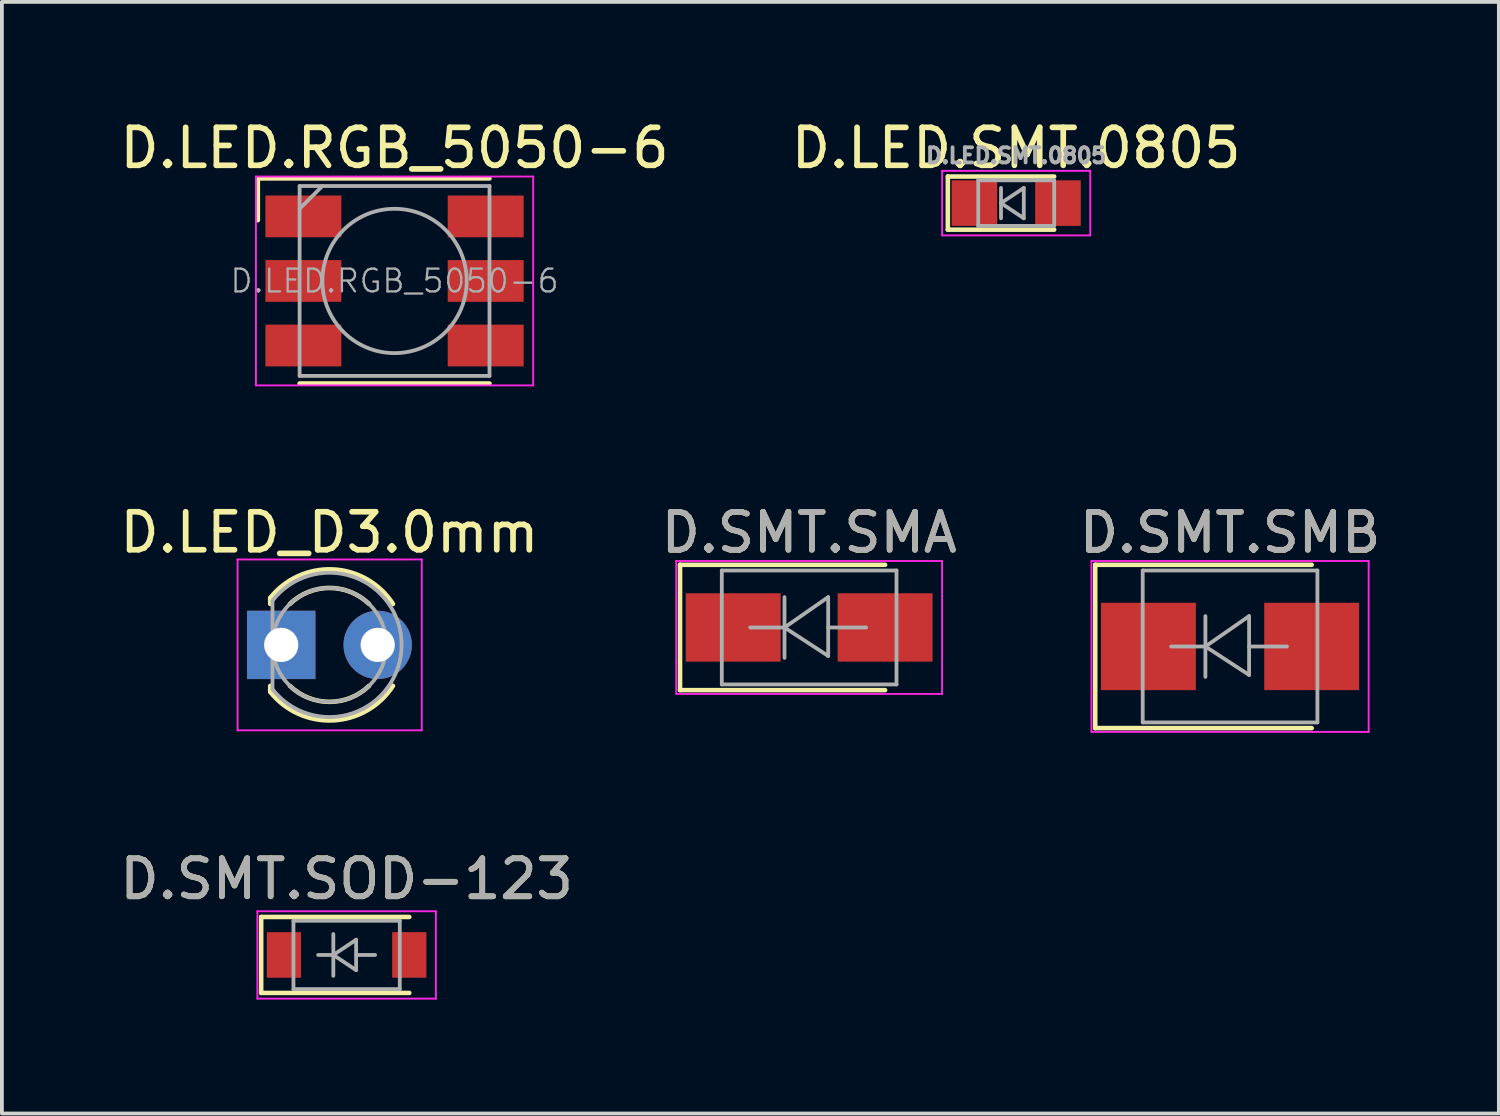
<source format=kicad_pcb>
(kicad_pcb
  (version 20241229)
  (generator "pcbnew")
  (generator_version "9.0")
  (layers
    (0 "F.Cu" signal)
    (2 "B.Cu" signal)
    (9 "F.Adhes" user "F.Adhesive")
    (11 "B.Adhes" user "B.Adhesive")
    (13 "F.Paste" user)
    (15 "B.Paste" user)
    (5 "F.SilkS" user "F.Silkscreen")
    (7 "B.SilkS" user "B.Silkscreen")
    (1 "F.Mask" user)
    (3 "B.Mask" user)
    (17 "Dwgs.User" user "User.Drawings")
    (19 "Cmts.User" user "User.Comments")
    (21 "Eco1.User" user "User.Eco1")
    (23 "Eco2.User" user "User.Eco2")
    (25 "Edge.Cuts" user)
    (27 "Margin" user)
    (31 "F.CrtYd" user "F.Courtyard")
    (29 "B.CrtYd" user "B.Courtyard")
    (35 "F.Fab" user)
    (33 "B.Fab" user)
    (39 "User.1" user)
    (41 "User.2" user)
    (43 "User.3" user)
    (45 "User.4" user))
  (footprint "D.LED.RGB_5050-6"
    (layer "F.Cu")
    (at 7.339 4.348)
    (property "Reference" "D.LED.RGB_5050-6" (at 0 -3.5 180) (layer "F.SilkS") (effects (font (size 1 1) (thickness 0.15))))
    (attr smd)
    (fp_line (start -3.6 -2.7) (end 2.5 -2.7) (stroke (width 0.12) (type solid)) (layer "F.SilkS"))
    (fp_line (start -3.6 -1.6) (end -3.6 -2.7) (stroke (width 0.12) (type solid)) (layer "F.SilkS"))
    (fp_line (start 2.5 2.7) (end -2.5 2.7) (stroke (width 0.12) (type solid)) (layer "F.SilkS"))
    (fp_line (start -3.65 -2.75) (end -3.65 2.75) (stroke (width 0.05) (type solid)) (layer "F.CrtYd"))
    (fp_line (start -3.65 2.75) (end 3.65 2.75) (stroke (width 0.05) (type solid)) (layer "F.CrtYd"))
    (fp_line (start 3.65 -2.75) (end -3.65 -2.75) (stroke (width 0.05) (type solid)) (layer "F.CrtYd"))
    (fp_line (start 3.65 2.75) (end 3.65 -2.75) (stroke (width 0.05) (type solid)) (layer "F.CrtYd"))
    (fp_line (start -2.5 -2.5) (end -2.5 2.5) (stroke (width 0.1) (type solid)) (layer "F.Fab"))
    (fp_line (start -2.5 -1.9) (end -1.9 -2.5) (stroke (width 0.1) (type solid)) (layer "F.Fab"))
    (fp_line (start -2.5 2.5) (end 2.5 2.5) (stroke (width 0.1) (type solid)) (layer "F.Fab"))
    (fp_line (start 2.5 -2.5) (end -2.5 -2.5) (stroke (width 0.1) (type solid)) (layer "F.Fab"))
    (fp_line (start 2.5 2.5) (end 2.5 -2.5) (stroke (width 0.1) (type solid)) (layer "F.Fab"))
    (fp_circle (center 0 0) (end 0 -1.9) (stroke (width 0.1) (type solid)) (fill no) (layer "F.Fab"))
    (fp_text user "${REFERENCE}" (at 0 0 0) (layer "F.Fab") (effects (font (size 0.6 0.6) (thickness 0.06))))
    (pad "1" smd rect (at -2.4 -1.7 90) (size 1.1 2) (layers "F.Cu" "F.Mask" "F.Paste"))
    (pad "2" smd rect (at -2.4 0 90) (size 1.1 2) (layers "F.Cu" "F.Mask" "F.Paste"))
    (pad "3" smd rect (at -2.4 1.7 90) (size 1.1 2) (layers "F.Cu" "F.Mask" "F.Paste"))
    (pad "4" smd rect (at 2.4 1.7 90) (size 1.1 2) (layers "F.Cu" "F.Mask" "F.Paste"))
    (pad "5" smd rect (at 2.4 0 90) (size 1.1 2) (layers "F.Cu" "F.Mask" "F.Paste"))
    (pad "6" smd rect (at 2.4 -1.7 90) (size 1.1 2) (layers "F.Cu" "F.Mask" "F.Paste")))
  (footprint "D.SMT.SOD-123"
    (layer "F.Cu")
    (at 6.077 22.095)
    (property "Reference" "D.SMT.SOD-123" (at 0 -2 0) (layer "F.SilkS") (effects (font (size 1 1) (thickness 0.15))))
    (attr smd)
    (fp_line (start -2.25 -1) (end -2.25 1) (stroke (width 0.12) (type solid)) (layer "F.SilkS"))
    (fp_line (start -2.25 -1) (end 1.65 -1) (stroke (width 0.12) (type solid)) (layer "F.SilkS"))
    (fp_line (start -2.25 1) (end 1.65 1) (stroke (width 0.12) (type solid)) (layer "F.SilkS"))
    (fp_line (start -2.35 -1.15) (end -2.35 1.15) (stroke (width 0.05) (type solid)) (layer "F.CrtYd"))
    (fp_line (start -2.35 -1.15) (end 2.35 -1.15) (stroke (width 0.05) (type solid)) (layer "F.CrtYd"))
    (fp_line (start 2.35 -1.15) (end 2.35 1.15) (stroke (width 0.05) (type solid)) (layer "F.CrtYd"))
    (fp_line (start 2.35 1.15) (end -2.35 1.15) (stroke (width 0.05) (type solid)) (layer "F.CrtYd"))
    (fp_line (start -1.4 -0.9) (end 1.4 -0.9) (stroke (width 0.1) (type solid)) (layer "F.Fab"))
    (fp_line (start -1.4 0.9) (end -1.4 -0.9) (stroke (width 0.1) (type solid)) (layer "F.Fab"))
    (fp_line (start -0.75 0) (end -0.35 0) (stroke (width 0.1) (type solid)) (layer "F.Fab"))
    (fp_line (start -0.35 0) (end -0.35 -0.55) (stroke (width 0.1) (type solid)) (layer "F.Fab"))
    (fp_line (start -0.35 0) (end -0.35 0.55) (stroke (width 0.1) (type solid)) (layer "F.Fab"))
    (fp_line (start -0.35 0) (end 0.25 -0.4) (stroke (width 0.1) (type solid)) (layer "F.Fab"))
    (fp_line (start 0.25 -0.4) (end 0.25 0.4) (stroke (width 0.1) (type solid)) (layer "F.Fab"))
    (fp_line (start 0.25 0) (end 0.75 0) (stroke (width 0.1) (type solid)) (layer "F.Fab"))
    (fp_line (start 0.25 0.4) (end -0.35 0) (stroke (width 0.1) (type solid)) (layer "F.Fab"))
    (fp_line (start 1.4 -0.9) (end 1.4 0.9) (stroke (width 0.1) (type solid)) (layer "F.Fab"))
    (fp_line (start 1.4 0.9) (end -1.4 0.9) (stroke (width 0.1) (type solid)) (layer "F.Fab"))
    (fp_text user "${REFERENCE}" (at 0 -2 0) (layer "F.Fab") (effects (font (size 1 1) (thickness 0.15))))
    (pad "1" smd rect (at -1.65 0) (size 0.9 1.2) (layers "F.Cu" "F.Mask" "F.Paste"))
    (pad "2" smd rect (at 1.65 0) (size 0.9 1.2) (layers "F.Cu" "F.Mask" "F.Paste")))
  (footprint "D.LED.SMT.0805"
    (layer "F.Cu")
    (at 23.708 2.298)
    (property "Reference" "D.LED.SMT.0805" (at 0 -1.45 0) (layer "F.SilkS") (effects (font (size 1 1) (thickness 0.15))))
    (attr smd)
    (fp_line (start -1.8 -0.7) (end -1.8 0.7) (stroke (width 0.12) (type solid)) (layer "F.SilkS"))
    (fp_line (start -1.8 -0.7) (end 1 -0.7) (stroke (width 0.12) (type solid)) (layer "F.SilkS"))
    (fp_line (start -1.8 0.7) (end 1 0.7) (stroke (width 0.12) (type solid)) (layer "F.SilkS"))
    (fp_line (start -1.95 -0.85) (end 1.95 -0.85) (stroke (width 0.05) (type solid)) (layer "F.CrtYd"))
    (fp_line (start -1.95 0.85) (end -1.95 -0.85) (stroke (width 0.05) (type solid)) (layer "F.CrtYd"))
    (fp_line (start 1.95 -0.85) (end 1.95 0.85) (stroke (width 0.05) (type solid)) (layer "F.CrtYd"))
    (fp_line (start 1.95 0.85) (end -1.95 0.85) (stroke (width 0.05) (type solid)) (layer "F.CrtYd"))
    (fp_line (start -1 -0.6) (end 1 -0.6) (stroke (width 0.1) (type solid)) (layer "F.Fab"))
    (fp_line (start -1 0.6) (end -1 -0.6) (stroke (width 0.1) (type solid)) (layer "F.Fab"))
    (fp_line (start -0.4 -0.4) (end -0.4 0.4) (stroke (width 0.1) (type solid)) (layer "F.Fab"))
    (fp_line (start -0.4 0) (end 0.2 -0.4) (stroke (width 0.1) (type solid)) (layer "F.Fab"))
    (fp_line (start 0.2 -0.4) (end 0.2 0.4) (stroke (width 0.1) (type solid)) (layer "F.Fab"))
    (fp_line (start 0.2 0.4) (end -0.4 0) (stroke (width 0.1) (type solid)) (layer "F.Fab"))
    (fp_line (start 1 -0.6) (end 1 0.6) (stroke (width 0.1) (type solid)) (layer "F.Fab"))
    (fp_line (start 1 0.6) (end -1 0.6) (stroke (width 0.1) (type solid)) (layer "F.Fab"))
    (fp_text user "${REFERENCE}" (at 0 -1.25 0) (layer "F.Fab") (effects (font (size 0.4 0.4) (thickness 0.1))))
    (pad "1" smd rect (at -1.1 0 180) (size 1.2 1.2) (layers "F.Cu" "F.Mask" "F.Paste"))
    (pad "2" smd rect (at 1.1 0 180) (size 1.2 1.2) (layers "F.Cu" "F.Mask" "F.Paste")))
  (footprint "D.SMT.SMA"
    (layer "F.Cu")
    (at 18.256 13.472)
    (property "Reference" "D.SMT.SMA" (at 0 -2.5 0) (layer "F.SilkS") (effects (font (size 1 1) (thickness 0.15))))
    (attr smd)
    (fp_line (start -3.4 -1.65) (end -3.4 1.65) (stroke (width 0.12) (type solid)) (layer "F.SilkS"))
    (fp_line (start -3.4 -1.65) (end 2 -1.65) (stroke (width 0.12) (type solid)) (layer "F.SilkS"))
    (fp_line (start -3.4 1.65) (end 2 1.65) (stroke (width 0.12) (type solid)) (layer "F.SilkS"))
    (fp_line (start -3.5 -1.75) (end 3.5 -1.75) (stroke (width 0.05) (type solid)) (layer "F.CrtYd"))
    (fp_line (start -3.5 1.75) (end -3.5 -1.75) (stroke (width 0.05) (type solid)) (layer "F.CrtYd"))
    (fp_line (start 3.5 -1.75) (end 3.5 1.75) (stroke (width 0.05) (type solid)) (layer "F.CrtYd"))
    (fp_line (start 3.5 1.75) (end -3.5 1.75) (stroke (width 0.05) (type solid)) (layer "F.CrtYd"))
    (fp_line (start -2.3 1.5) (end -2.3 -1.5) (stroke (width 0.1) (type solid)) (layer "F.Fab"))
    (fp_line (start -0.649 -0.799) (end -0.649 0.801) (stroke (width 0.1) (type solid)) (layer "F.Fab"))
    (fp_line (start -0.649 0.001) (end -1.551 0.001) (stroke (width 0.1) (type solid)) (layer "F.Fab"))
    (fp_line (start -0.649 0.001) (end 0.501 -0.799) (stroke (width 0.1) (type solid)) (layer "F.Fab"))
    (fp_line (start -0.649 0.001) (end 0.501 0.75) (stroke (width 0.1) (type solid)) (layer "F.Fab"))
    (fp_line (start 0.501 0.001) (end 1.499 0.001) (stroke (width 0.1) (type solid)) (layer "F.Fab"))
    (fp_line (start 0.501 0.75) (end 0.501 -0.799) (stroke (width 0.1) (type solid)) (layer "F.Fab"))
    (fp_line (start 2.3 -1.5) (end -2.3 -1.5) (stroke (width 0.1) (type solid)) (layer "F.Fab"))
    (fp_line (start 2.3 -1.5) (end 2.3 1.5) (stroke (width 0.1) (type solid)) (layer "F.Fab"))
    (fp_line (start 2.3 1.5) (end -2.3 1.5) (stroke (width 0.1) (type solid)) (layer "F.Fab"))
    (fp_text user "${REFERENCE}" (at 0 -2.5 0) (layer "F.Fab") (effects (font (size 1 1) (thickness 0.15))))
    (pad "1" smd rect (at -2 0) (size 2.5 1.8) (layers "F.Cu" "F.Mask" "F.Paste"))
    (pad "2" smd rect (at 2 0) (size 2.5 1.8) (layers "F.Cu" "F.Mask" "F.Paste")))
  (footprint "D.LED_D3.0mm"
    (layer "F.Cu")
    (at 4.355 13.931)
    (property "Reference" "D.LED_D3.0mm" (at 1.27 -2.96 0) (layer "F.SilkS") (effects (font (size 1 1) (thickness 0.15))))
    (attr through_hole)
    (fp_line (start -0.29 -1.236) (end -0.29 -1.08) (stroke (width 0.12) (type solid)) (layer "F.SilkS"))
    (fp_line (start -0.29 1.08) (end -0.29 1.236) (stroke (width 0.12) (type solid)) (layer "F.SilkS"))
    (fp_arc (start -0.29 -1.235516) (mid 1.366487 -1.987659) (end 2.942335 -1.078608) (stroke (width 0.12) (type solid)) (layer "F.SilkS"))
    (fp_arc (start 0.229039 -1.08) (mid 1.270117 -1.5) (end 2.31113 -1.079837) (stroke (width 0.12) (type solid)) (layer "F.SilkS"))
    (fp_arc (start 2.31113 1.079837) (mid 1.270117 1.5) (end 0.229039 1.08) (stroke (width 0.12) (type solid)) (layer "F.SilkS"))
    (fp_arc (start 2.942335 1.078608) (mid 1.366487 1.987659) (end -0.29 1.235516) (stroke (width 0.12) (type solid)) (layer "F.SilkS"))
    (fp_line (start -1.15 -2.25) (end -1.15 2.25) (stroke (width 0.05) (type solid)) (layer "F.CrtYd"))
    (fp_line (start -1.15 2.25) (end 3.7 2.25) (stroke (width 0.05) (type solid)) (layer "F.CrtYd"))
    (fp_line (start 3.7 -2.25) (end -1.15 -2.25) (stroke (width 0.05) (type solid)) (layer "F.CrtYd"))
    (fp_line (start 3.7 2.25) (end 3.7 -2.25) (stroke (width 0.05) (type solid)) (layer "F.CrtYd"))
    (fp_line (start -0.23 -1.166) (end -0.23 1.166) (stroke (width 0.1) (type solid)) (layer "F.Fab"))
    (fp_arc (start -0.23 -1.16619) (mid 3.17 0.000452) (end -0.230555 1.165476) (stroke (width 0.1) (type solid)) (layer "F.Fab"))
    (fp_circle (center 1.27 0) (end 2.77 0) (stroke (width 0.1) (type solid)) (fill no) (layer "F.Fab"))
    (pad "1" thru_hole rect (at 0 0) (size 1.8 1.8) (drill 0.9) (layers "*.Cu" "*.Mask"))
    (pad "2" thru_hole circle (at 2.54 0) (size 1.8 1.8) (drill 0.9) (layers "*.Cu" "*.Mask")))
  (footprint "D.SMT.SMB"
    (layer "F.Cu")
    (at 29.339 13.972)
    (property "Reference" "D.SMT.SMB" (at 0 -3 0) (layer "F.SilkS") (effects (font (size 1 1) (thickness 0.15))))
    (attr smd)
    (fp_line (start -3.55 -2.15) (end -3.55 2.15) (stroke (width 0.12) (type solid)) (layer "F.SilkS"))
    (fp_line (start -3.55 -2.15) (end 2.15 -2.15) (stroke (width 0.12) (type solid)) (layer "F.SilkS"))
    (fp_line (start -3.55 2.15) (end 2.15 2.15) (stroke (width 0.12) (type solid)) (layer "F.SilkS"))
    (fp_line (start -3.65 -2.25) (end 3.65 -2.25) (stroke (width 0.05) (type solid)) (layer "F.CrtYd"))
    (fp_line (start -3.65 2.25) (end -3.65 -2.25) (stroke (width 0.05) (type solid)) (layer "F.CrtYd"))
    (fp_line (start 3.65 -2.25) (end 3.65 2.25) (stroke (width 0.05) (type solid)) (layer "F.CrtYd"))
    (fp_line (start 3.65 2.25) (end -3.65 2.25) (stroke (width 0.05) (type solid)) (layer "F.CrtYd"))
    (fp_line (start -2.3 2) (end -2.3 -2) (stroke (width 0.1) (type solid)) (layer "F.Fab"))
    (fp_line (start -0.649 -0.799) (end -0.649 0.801) (stroke (width 0.1) (type solid)) (layer "F.Fab"))
    (fp_line (start -0.649 0.001) (end -1.551 0.001) (stroke (width 0.1) (type solid)) (layer "F.Fab"))
    (fp_line (start -0.649 0.001) (end 0.501 -0.799) (stroke (width 0.1) (type solid)) (layer "F.Fab"))
    (fp_line (start -0.649 0.001) (end 0.501 0.75) (stroke (width 0.1) (type solid)) (layer "F.Fab"))
    (fp_line (start 0.501 0.001) (end 1.499 0.001) (stroke (width 0.1) (type solid)) (layer "F.Fab"))
    (fp_line (start 0.501 0.75) (end 0.501 -0.799) (stroke (width 0.1) (type solid)) (layer "F.Fab"))
    (fp_line (start 2.3 -2) (end -2.3 -2) (stroke (width 0.1) (type solid)) (layer "F.Fab"))
    (fp_line (start 2.3 -2) (end 2.3 2) (stroke (width 0.1) (type solid)) (layer "F.Fab"))
    (fp_line (start 2.3 2) (end -2.3 2) (stroke (width 0.1) (type solid)) (layer "F.Fab"))
    (fp_text user "${REFERENCE}" (at 0 -3 0) (layer "F.Fab") (effects (font (size 1 1) (thickness 0.15))))
    (pad "1" smd rect (at -2.15 0) (size 2.5 2.3) (layers "F.Cu" "F.Mask" "F.Paste"))
    (pad "2" smd rect (at 2.15 0) (size 2.5 2.3) (layers "F.Cu" "F.Mask" "F.Paste")))
  (gr_rect
    (start -3 -3)
    (end 36.417 26.27)
    (stroke (width 0.1) (type default))
    (fill no)
    (layer "Edge.Cuts")))
</source>
